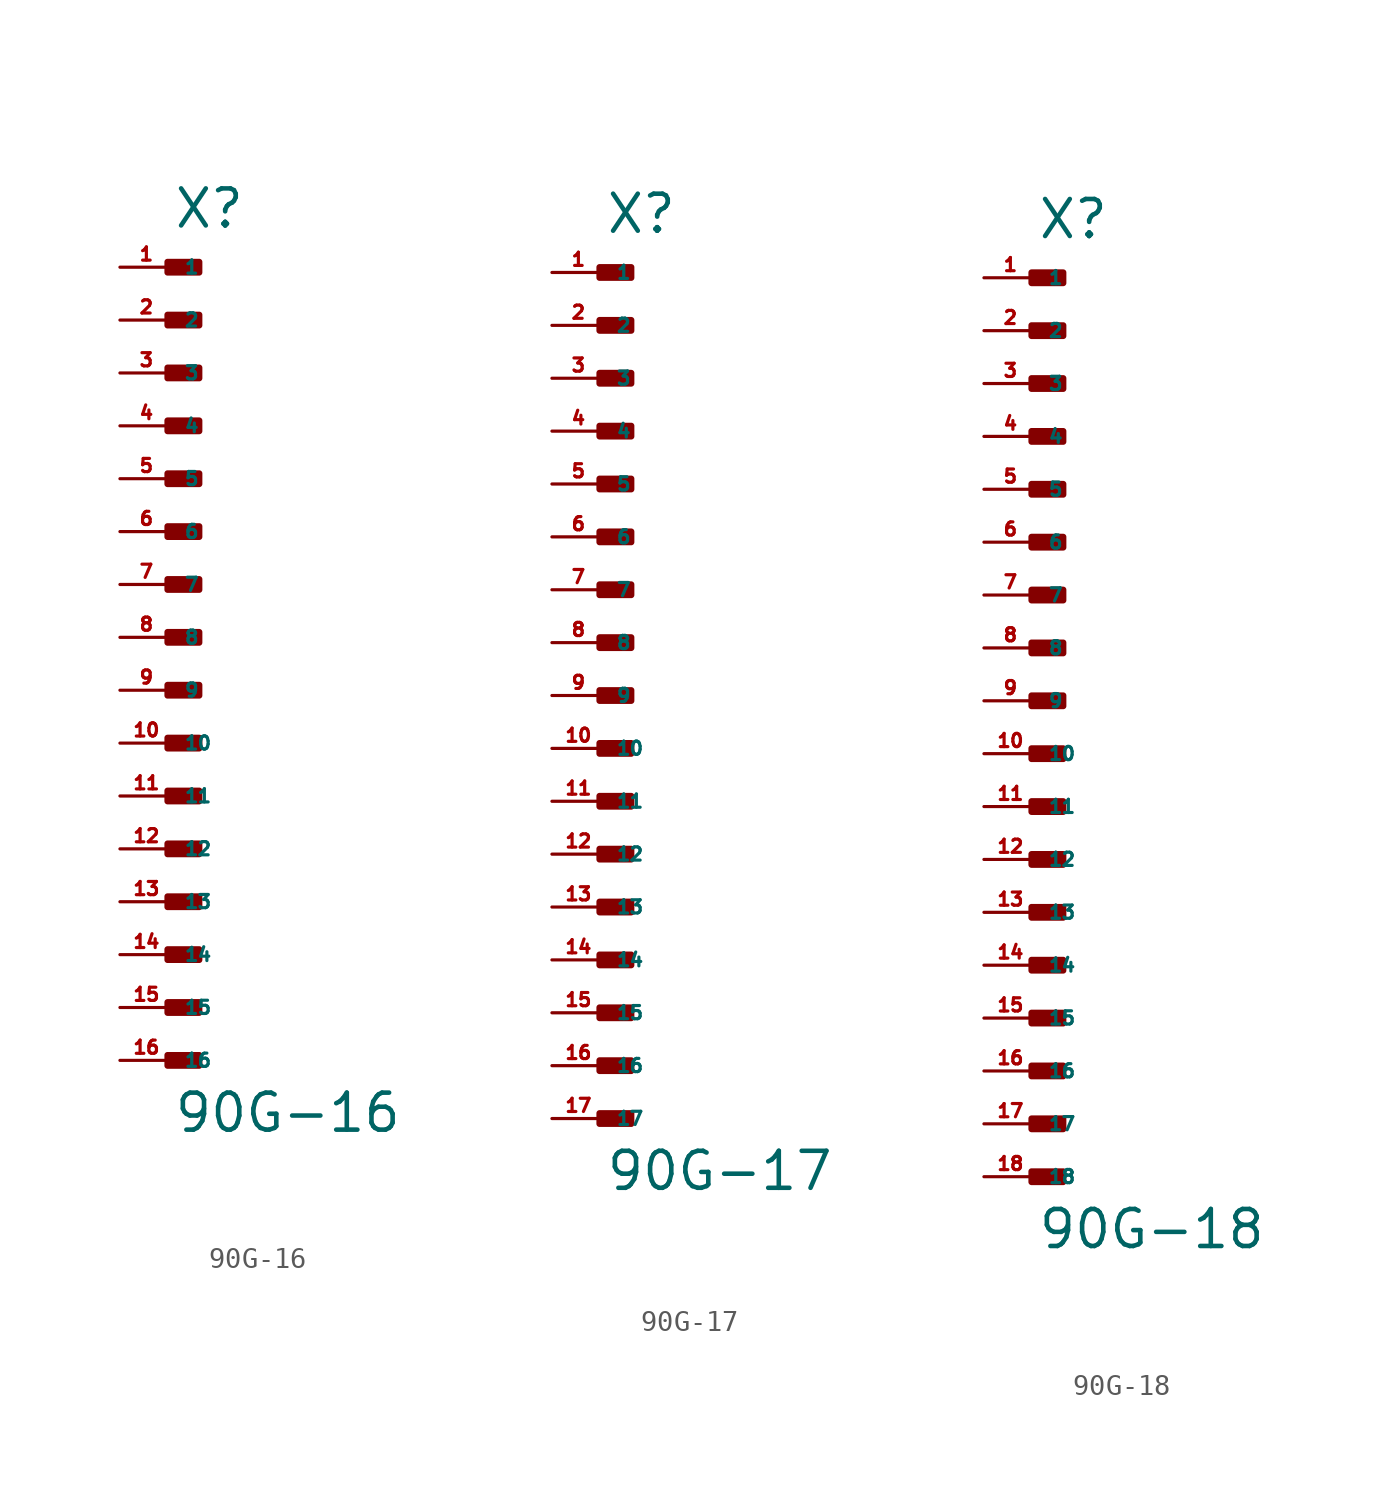
<source format=kicad_sym>
(kicad_symbol_lib
  (version 20220914)
  (generator Eagle2Kicad)
  (symbol "90G-16"
    (property "Reference" "X"
      (at 0 19.558 0)
      (effects (font (size 1.778 1.778) (thickness 0.22)) (justify left bottom)))
    (property "Value" "90G-16"
      (at 0 -23.876 0)
      (effects (font (size 1.778 1.778) (thickness 0.22)) (justify left bottom)))
    (rectangle
      (start -0.254 17.526)
      (end 1.27 18.034)
      (stroke (width 0.3) (type default))
      (fill (type outline)))
    (rectangle
      (start -0.254 14.986)
      (end 1.27 15.494)
      (stroke (width 0.3) (type default))
      (fill (type outline)))
    (rectangle
      (start -0.254 12.446)
      (end 1.27 12.954)
      (stroke (width 0.3) (type default))
      (fill (type outline)))
    (rectangle
      (start -0.254 9.906)
      (end 1.27 10.414)
      (stroke (width 0.3) (type default))
      (fill (type outline)))
    (rectangle
      (start -0.254 7.366)
      (end 1.27 7.874)
      (stroke (width 0.3) (type default))
      (fill (type outline)))
    (rectangle
      (start -0.254 4.826)
      (end 1.27 5.334)
      (stroke (width 0.3) (type default))
      (fill (type outline)))
    (rectangle
      (start -0.254 2.286)
      (end 1.27 2.794)
      (stroke (width 0.3) (type default))
      (fill (type outline)))
    (rectangle
      (start -0.254 -0.254)
      (end 1.27 0.254)
      (stroke (width 0.3) (type default))
      (fill (type outline)))
    (rectangle
      (start -0.254 -2.794)
      (end 1.27 -2.286)
      (stroke (width 0.3) (type default))
      (fill (type outline)))
    (rectangle
      (start -0.254 -5.334)
      (end 1.27 -4.826)
      (stroke (width 0.3) (type default))
      (fill (type outline)))
    (rectangle
      (start -0.254 -7.874)
      (end 1.27 -7.366)
      (stroke (width 0.3) (type default))
      (fill (type outline)))
    (rectangle
      (start -0.254 -10.414)
      (end 1.27 -9.906)
      (stroke (width 0.3) (type default))
      (fill (type outline)))
    (rectangle
      (start -0.254 -12.954)
      (end 1.27 -12.446)
      (stroke (width 0.3) (type default))
      (fill (type outline)))
    (rectangle
      (start -0.254 -15.494)
      (end 1.27 -14.986)
      (stroke (width 0.3) (type default))
      (fill (type outline)))
    (rectangle
      (start -0.254 -18.034)
      (end 1.27 -17.526)
      (stroke (width 0.3) (type default))
      (fill (type outline)))
    (rectangle
      (start -0.254 -20.574)
      (end 1.27 -20.066)
      (stroke (width 0.3) (type default))
      (fill (type outline)))
    (pin passive line
      (at -2.54 17.78 0)
      (length 2.54)
      (name "1" (effects (font (size 0.635 0.635) (thickness 0.08)) (justify left bottom)))
      (number "1" (effects (font (size 0.635 0.635) (thickness 0.08)) (justify left bottom))))
    (pin passive line
      (at -2.54 15.24 0)
      (length 2.54)
      (name "2" (effects (font (size 0.635 0.635) (thickness 0.08)) (justify left bottom)))
      (number "2" (effects (font (size 0.635 0.635) (thickness 0.08)) (justify left bottom))))
    (pin passive line
      (at -2.54 12.7 0)
      (length 2.54)
      (name "3" (effects (font (size 0.635 0.635) (thickness 0.08)) (justify left bottom)))
      (number "3" (effects (font (size 0.635 0.635) (thickness 0.08)) (justify left bottom))))
    (pin passive line
      (at -2.54 10.16 0)
      (length 2.54)
      (name "4" (effects (font (size 0.635 0.635) (thickness 0.08)) (justify left bottom)))
      (number "4" (effects (font (size 0.635 0.635) (thickness 0.08)) (justify left bottom))))
    (pin passive line
      (at -2.54 7.62 0)
      (length 2.54)
      (name "5" (effects (font (size 0.635 0.635) (thickness 0.08)) (justify left bottom)))
      (number "5" (effects (font (size 0.635 0.635) (thickness 0.08)) (justify left bottom))))
    (pin passive line
      (at -2.54 5.08 0)
      (length 2.54)
      (name "6" (effects (font (size 0.635 0.635) (thickness 0.08)) (justify left bottom)))
      (number "6" (effects (font (size 0.635 0.635) (thickness 0.08)) (justify left bottom))))
    (pin passive line
      (at -2.54 2.54 0)
      (length 2.54)
      (name "7" (effects (font (size 0.635 0.635) (thickness 0.08)) (justify left bottom)))
      (number "7" (effects (font (size 0.635 0.635) (thickness 0.08)) (justify left bottom))))
    (pin passive line
      (at -2.54 0 0)
      (length 2.54)
      (name "8" (effects (font (size 0.635 0.635) (thickness 0.08)) (justify left bottom)))
      (number "8" (effects (font (size 0.635 0.635) (thickness 0.08)) (justify left bottom))))
    (pin passive line
      (at -2.54 -2.54 0)
      (length 2.54)
      (name "9" (effects (font (size 0.635 0.635) (thickness 0.08)) (justify left bottom)))
      (number "9" (effects (font (size 0.635 0.635) (thickness 0.08)) (justify left bottom))))
    (pin passive line
      (at -2.54 -5.08 0)
      (length 2.54)
      (name "10" (effects (font (size 0.635 0.635) (thickness 0.08)) (justify left bottom)))
      (number "10" (effects (font (size 0.635 0.635) (thickness 0.08)) (justify left bottom))))
    (pin passive line
      (at -2.54 -7.62 0)
      (length 2.54)
      (name "11" (effects (font (size 0.635 0.635) (thickness 0.08)) (justify left bottom)))
      (number "11" (effects (font (size 0.635 0.635) (thickness 0.08)) (justify left bottom))))
    (pin passive line
      (at -2.54 -10.16 0)
      (length 2.54)
      (name "12" (effects (font (size 0.635 0.635) (thickness 0.08)) (justify left bottom)))
      (number "12" (effects (font (size 0.635 0.635) (thickness 0.08)) (justify left bottom))))
    (pin passive line
      (at -2.54 -12.7 0)
      (length 2.54)
      (name "13" (effects (font (size 0.635 0.635) (thickness 0.08)) (justify left bottom)))
      (number "13" (effects (font (size 0.635 0.635) (thickness 0.08)) (justify left bottom))))
    (pin passive line
      (at -2.54 -15.24 0)
      (length 2.54)
      (name "14" (effects (font (size 0.635 0.635) (thickness 0.08)) (justify left bottom)))
      (number "14" (effects (font (size 0.635 0.635) (thickness 0.08)) (justify left bottom))))
    (pin passive line
      (at -2.54 -17.78 0)
      (length 2.54)
      (name "15" (effects (font (size 0.635 0.635) (thickness 0.08)) (justify left bottom)))
      (number "15" (effects (font (size 0.635 0.635) (thickness 0.08)) (justify left bottom))))
    (pin passive line
      (at -2.54 -20.32 0)
      (length 2.54)
      (name "16" (effects (font (size 0.635 0.635) (thickness 0.08)) (justify left bottom)))
      (number "16" (effects (font (size 0.635 0.635) (thickness 0.08)) (justify left bottom)))))
  (symbol "90G-17"
    (property "Reference" "X"
      (at 0 22.098 0)
      (effects (font (size 1.778 1.778) (thickness 0.22)) (justify left bottom)))
    (property "Value" "90G-17"
      (at 0 -23.876 0)
      (effects (font (size 1.778 1.778) (thickness 0.22)) (justify left bottom)))
    (rectangle
      (start -0.254 20.066)
      (end 1.27 20.574)
      (stroke (width 0.3) (type default))
      (fill (type outline)))
    (rectangle
      (start -0.254 17.526)
      (end 1.27 18.034)
      (stroke (width 0.3) (type default))
      (fill (type outline)))
    (rectangle
      (start -0.254 14.986)
      (end 1.27 15.494)
      (stroke (width 0.3) (type default))
      (fill (type outline)))
    (rectangle
      (start -0.254 12.446)
      (end 1.27 12.954)
      (stroke (width 0.3) (type default))
      (fill (type outline)))
    (rectangle
      (start -0.254 9.906)
      (end 1.27 10.414)
      (stroke (width 0.3) (type default))
      (fill (type outline)))
    (rectangle
      (start -0.254 7.366)
      (end 1.27 7.874)
      (stroke (width 0.3) (type default))
      (fill (type outline)))
    (rectangle
      (start -0.254 4.826)
      (end 1.27 5.334)
      (stroke (width 0.3) (type default))
      (fill (type outline)))
    (rectangle
      (start -0.254 2.286)
      (end 1.27 2.794)
      (stroke (width 0.3) (type default))
      (fill (type outline)))
    (rectangle
      (start -0.254 -0.254)
      (end 1.27 0.254)
      (stroke (width 0.3) (type default))
      (fill (type outline)))
    (rectangle
      (start -0.254 -2.794)
      (end 1.27 -2.286)
      (stroke (width 0.3) (type default))
      (fill (type outline)))
    (rectangle
      (start -0.254 -5.334)
      (end 1.27 -4.826)
      (stroke (width 0.3) (type default))
      (fill (type outline)))
    (rectangle
      (start -0.254 -7.874)
      (end 1.27 -7.366)
      (stroke (width 0.3) (type default))
      (fill (type outline)))
    (rectangle
      (start -0.254 -10.414)
      (end 1.27 -9.906)
      (stroke (width 0.3) (type default))
      (fill (type outline)))
    (rectangle
      (start -0.254 -12.954)
      (end 1.27 -12.446)
      (stroke (width 0.3) (type default))
      (fill (type outline)))
    (rectangle
      (start -0.254 -15.494)
      (end 1.27 -14.986)
      (stroke (width 0.3) (type default))
      (fill (type outline)))
    (rectangle
      (start -0.254 -18.034)
      (end 1.27 -17.526)
      (stroke (width 0.3) (type default))
      (fill (type outline)))
    (rectangle
      (start -0.254 -20.574)
      (end 1.27 -20.066)
      (stroke (width 0.3) (type default))
      (fill (type outline)))
    (pin passive line
      (at -2.54 20.32 0)
      (length 2.54)
      (name "1" (effects (font (size 0.635 0.635) (thickness 0.08)) (justify left bottom)))
      (number "1" (effects (font (size 0.635 0.635) (thickness 0.08)) (justify left bottom))))
    (pin passive line
      (at -2.54 17.78 0)
      (length 2.54)
      (name "2" (effects (font (size 0.635 0.635) (thickness 0.08)) (justify left bottom)))
      (number "2" (effects (font (size 0.635 0.635) (thickness 0.08)) (justify left bottom))))
    (pin passive line
      (at -2.54 15.24 0)
      (length 2.54)
      (name "3" (effects (font (size 0.635 0.635) (thickness 0.08)) (justify left bottom)))
      (number "3" (effects (font (size 0.635 0.635) (thickness 0.08)) (justify left bottom))))
    (pin passive line
      (at -2.54 12.7 0)
      (length 2.54)
      (name "4" (effects (font (size 0.635 0.635) (thickness 0.08)) (justify left bottom)))
      (number "4" (effects (font (size 0.635 0.635) (thickness 0.08)) (justify left bottom))))
    (pin passive line
      (at -2.54 10.16 0)
      (length 2.54)
      (name "5" (effects (font (size 0.635 0.635) (thickness 0.08)) (justify left bottom)))
      (number "5" (effects (font (size 0.635 0.635) (thickness 0.08)) (justify left bottom))))
    (pin passive line
      (at -2.54 7.62 0)
      (length 2.54)
      (name "6" (effects (font (size 0.635 0.635) (thickness 0.08)) (justify left bottom)))
      (number "6" (effects (font (size 0.635 0.635) (thickness 0.08)) (justify left bottom))))
    (pin passive line
      (at -2.54 5.08 0)
      (length 2.54)
      (name "7" (effects (font (size 0.635 0.635) (thickness 0.08)) (justify left bottom)))
      (number "7" (effects (font (size 0.635 0.635) (thickness 0.08)) (justify left bottom))))
    (pin passive line
      (at -2.54 2.54 0)
      (length 2.54)
      (name "8" (effects (font (size 0.635 0.635) (thickness 0.08)) (justify left bottom)))
      (number "8" (effects (font (size 0.635 0.635) (thickness 0.08)) (justify left bottom))))
    (pin passive line
      (at -2.54 0 0)
      (length 2.54)
      (name "9" (effects (font (size 0.635 0.635) (thickness 0.08)) (justify left bottom)))
      (number "9" (effects (font (size 0.635 0.635) (thickness 0.08)) (justify left bottom))))
    (pin passive line
      (at -2.54 -2.54 0)
      (length 2.54)
      (name "10" (effects (font (size 0.635 0.635) (thickness 0.08)) (justify left bottom)))
      (number "10" (effects (font (size 0.635 0.635) (thickness 0.08)) (justify left bottom))))
    (pin passive line
      (at -2.54 -5.08 0)
      (length 2.54)
      (name "11" (effects (font (size 0.635 0.635) (thickness 0.08)) (justify left bottom)))
      (number "11" (effects (font (size 0.635 0.635) (thickness 0.08)) (justify left bottom))))
    (pin passive line
      (at -2.54 -7.62 0)
      (length 2.54)
      (name "12" (effects (font (size 0.635 0.635) (thickness 0.08)) (justify left bottom)))
      (number "12" (effects (font (size 0.635 0.635) (thickness 0.08)) (justify left bottom))))
    (pin passive line
      (at -2.54 -10.16 0)
      (length 2.54)
      (name "13" (effects (font (size 0.635 0.635) (thickness 0.08)) (justify left bottom)))
      (number "13" (effects (font (size 0.635 0.635) (thickness 0.08)) (justify left bottom))))
    (pin passive line
      (at -2.54 -12.7 0)
      (length 2.54)
      (name "14" (effects (font (size 0.635 0.635) (thickness 0.08)) (justify left bottom)))
      (number "14" (effects (font (size 0.635 0.635) (thickness 0.08)) (justify left bottom))))
    (pin passive line
      (at -2.54 -15.24 0)
      (length 2.54)
      (name "15" (effects (font (size 0.635 0.635) (thickness 0.08)) (justify left bottom)))
      (number "15" (effects (font (size 0.635 0.635) (thickness 0.08)) (justify left bottom))))
    (pin passive line
      (at -2.54 -17.78 0)
      (length 2.54)
      (name "16" (effects (font (size 0.635 0.635) (thickness 0.08)) (justify left bottom)))
      (number "16" (effects (font (size 0.635 0.635) (thickness 0.08)) (justify left bottom))))
    (pin passive line
      (at -2.54 -20.32 0)
      (length 2.54)
      (name "17" (effects (font (size 0.635 0.635) (thickness 0.08)) (justify left bottom)))
      (number "17" (effects (font (size 0.635 0.635) (thickness 0.08)) (justify left bottom)))))
  (symbol "90G-18"
    (property "Reference" "X"
      (at 0 22.098 0)
      (effects (font (size 1.778 1.778) (thickness 0.22)) (justify left bottom)))
    (property "Value" "90G-18"
      (at 0 -26.416 0)
      (effects (font (size 1.778 1.778) (thickness 0.22)) (justify left bottom)))
    (rectangle
      (start -0.254 20.066)
      (end 1.27 20.574)
      (stroke (width 0.3) (type default))
      (fill (type outline)))
    (rectangle
      (start -0.254 17.526)
      (end 1.27 18.034)
      (stroke (width 0.3) (type default))
      (fill (type outline)))
    (rectangle
      (start -0.254 14.986)
      (end 1.27 15.494)
      (stroke (width 0.3) (type default))
      (fill (type outline)))
    (rectangle
      (start -0.254 12.446)
      (end 1.27 12.954)
      (stroke (width 0.3) (type default))
      (fill (type outline)))
    (rectangle
      (start -0.254 9.906)
      (end 1.27 10.414)
      (stroke (width 0.3) (type default))
      (fill (type outline)))
    (rectangle
      (start -0.254 7.366)
      (end 1.27 7.874)
      (stroke (width 0.3) (type default))
      (fill (type outline)))
    (rectangle
      (start -0.254 4.826)
      (end 1.27 5.334)
      (stroke (width 0.3) (type default))
      (fill (type outline)))
    (rectangle
      (start -0.254 2.286)
      (end 1.27 2.794)
      (stroke (width 0.3) (type default))
      (fill (type outline)))
    (rectangle
      (start -0.254 -0.254)
      (end 1.27 0.254)
      (stroke (width 0.3) (type default))
      (fill (type outline)))
    (rectangle
      (start -0.254 -2.794)
      (end 1.27 -2.286)
      (stroke (width 0.3) (type default))
      (fill (type outline)))
    (rectangle
      (start -0.254 -5.334)
      (end 1.27 -4.826)
      (stroke (width 0.3) (type default))
      (fill (type outline)))
    (rectangle
      (start -0.254 -7.874)
      (end 1.27 -7.366)
      (stroke (width 0.3) (type default))
      (fill (type outline)))
    (rectangle
      (start -0.254 -10.414)
      (end 1.27 -9.906)
      (stroke (width 0.3) (type default))
      (fill (type outline)))
    (rectangle
      (start -0.254 -12.954)
      (end 1.27 -12.446)
      (stroke (width 0.3) (type default))
      (fill (type outline)))
    (rectangle
      (start -0.254 -15.494)
      (end 1.27 -14.986)
      (stroke (width 0.3) (type default))
      (fill (type outline)))
    (rectangle
      (start -0.254 -18.034)
      (end 1.27 -17.526)
      (stroke (width 0.3) (type default))
      (fill (type outline)))
    (rectangle
      (start -0.254 -20.574)
      (end 1.27 -20.066)
      (stroke (width 0.3) (type default))
      (fill (type outline)))
    (rectangle
      (start -0.254 -23.114)
      (end 1.27 -22.606)
      (stroke (width 0.3) (type default))
      (fill (type outline)))
    (pin passive line
      (at -2.54 20.32 0)
      (length 2.54)
      (name "1" (effects (font (size 0.635 0.635) (thickness 0.08)) (justify left bottom)))
      (number "1" (effects (font (size 0.635 0.635) (thickness 0.08)) (justify left bottom))))
    (pin passive line
      (at -2.54 17.78 0)
      (length 2.54)
      (name "2" (effects (font (size 0.635 0.635) (thickness 0.08)) (justify left bottom)))
      (number "2" (effects (font (size 0.635 0.635) (thickness 0.08)) (justify left bottom))))
    (pin passive line
      (at -2.54 15.24 0)
      (length 2.54)
      (name "3" (effects (font (size 0.635 0.635) (thickness 0.08)) (justify left bottom)))
      (number "3" (effects (font (size 0.635 0.635) (thickness 0.08)) (justify left bottom))))
    (pin passive line
      (at -2.54 12.7 0)
      (length 2.54)
      (name "4" (effects (font (size 0.635 0.635) (thickness 0.08)) (justify left bottom)))
      (number "4" (effects (font (size 0.635 0.635) (thickness 0.08)) (justify left bottom))))
    (pin passive line
      (at -2.54 10.16 0)
      (length 2.54)
      (name "5" (effects (font (size 0.635 0.635) (thickness 0.08)) (justify left bottom)))
      (number "5" (effects (font (size 0.635 0.635) (thickness 0.08)) (justify left bottom))))
    (pin passive line
      (at -2.54 7.62 0)
      (length 2.54)
      (name "6" (effects (font (size 0.635 0.635) (thickness 0.08)) (justify left bottom)))
      (number "6" (effects (font (size 0.635 0.635) (thickness 0.08)) (justify left bottom))))
    (pin passive line
      (at -2.54 5.08 0)
      (length 2.54)
      (name "7" (effects (font (size 0.635 0.635) (thickness 0.08)) (justify left bottom)))
      (number "7" (effects (font (size 0.635 0.635) (thickness 0.08)) (justify left bottom))))
    (pin passive line
      (at -2.54 2.54 0)
      (length 2.54)
      (name "8" (effects (font (size 0.635 0.635) (thickness 0.08)) (justify left bottom)))
      (number "8" (effects (font (size 0.635 0.635) (thickness 0.08)) (justify left bottom))))
    (pin passive line
      (at -2.54 0 0)
      (length 2.54)
      (name "9" (effects (font (size 0.635 0.635) (thickness 0.08)) (justify left bottom)))
      (number "9" (effects (font (size 0.635 0.635) (thickness 0.08)) (justify left bottom))))
    (pin passive line
      (at -2.54 -2.54 0)
      (length 2.54)
      (name "10" (effects (font (size 0.635 0.635) (thickness 0.08)) (justify left bottom)))
      (number "10" (effects (font (size 0.635 0.635) (thickness 0.08)) (justify left bottom))))
    (pin passive line
      (at -2.54 -5.08 0)
      (length 2.54)
      (name "11" (effects (font (size 0.635 0.635) (thickness 0.08)) (justify left bottom)))
      (number "11" (effects (font (size 0.635 0.635) (thickness 0.08)) (justify left bottom))))
    (pin passive line
      (at -2.54 -7.62 0)
      (length 2.54)
      (name "12" (effects (font (size 0.635 0.635) (thickness 0.08)) (justify left bottom)))
      (number "12" (effects (font (size 0.635 0.635) (thickness 0.08)) (justify left bottom))))
    (pin passive line
      (at -2.54 -10.16 0)
      (length 2.54)
      (name "13" (effects (font (size 0.635 0.635) (thickness 0.08)) (justify left bottom)))
      (number "13" (effects (font (size 0.635 0.635) (thickness 0.08)) (justify left bottom))))
    (pin passive line
      (at -2.54 -12.7 0)
      (length 2.54)
      (name "14" (effects (font (size 0.635 0.635) (thickness 0.08)) (justify left bottom)))
      (number "14" (effects (font (size 0.635 0.635) (thickness 0.08)) (justify left bottom))))
    (pin passive line
      (at -2.54 -15.24 0)
      (length 2.54)
      (name "15" (effects (font (size 0.635 0.635) (thickness 0.08)) (justify left bottom)))
      (number "15" (effects (font (size 0.635 0.635) (thickness 0.08)) (justify left bottom))))
    (pin passive line
      (at -2.54 -17.78 0)
      (length 2.54)
      (name "16" (effects (font (size 0.635 0.635) (thickness 0.08)) (justify left bottom)))
      (number "16" (effects (font (size 0.635 0.635) (thickness 0.08)) (justify left bottom))))
    (pin passive line
      (at -2.54 -20.32 0)
      (length 2.54)
      (name "17" (effects (font (size 0.635 0.635) (thickness 0.08)) (justify left bottom)))
      (number "17" (effects (font (size 0.635 0.635) (thickness 0.08)) (justify left bottom))))
    (pin passive line
      (at -2.54 -22.86 0)
      (length 2.54)
      (name "18" (effects (font (size 0.635 0.635) (thickness 0.08)) (justify left bottom)))
      (number "18" (effects (font (size 0.635 0.635) (thickness 0.08)) (justify left bottom))))))
</source>
